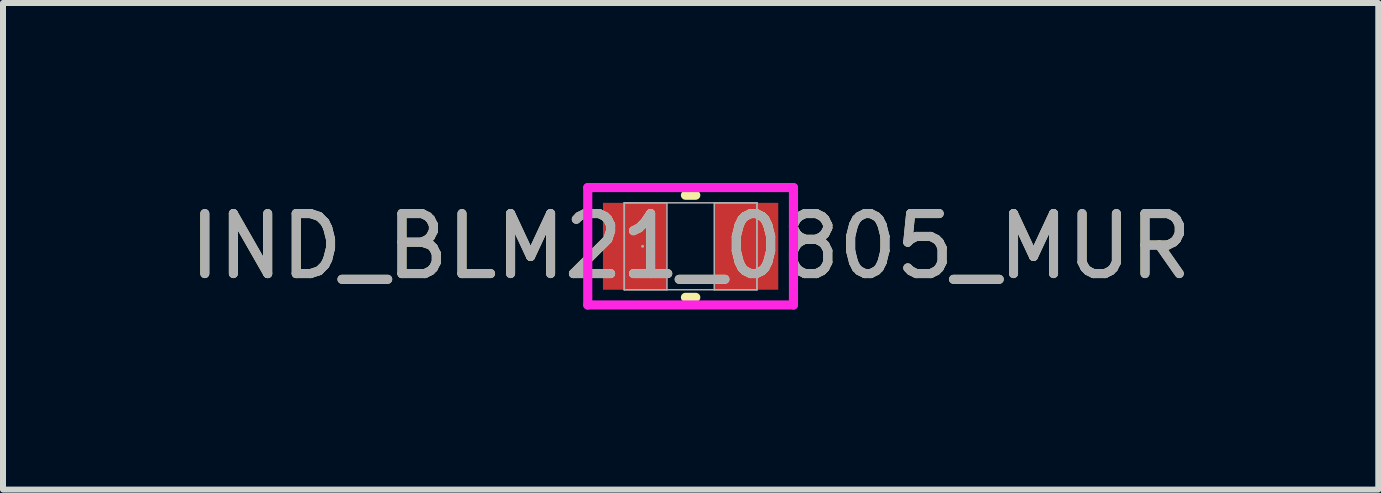
<source format=kicad_pcb>
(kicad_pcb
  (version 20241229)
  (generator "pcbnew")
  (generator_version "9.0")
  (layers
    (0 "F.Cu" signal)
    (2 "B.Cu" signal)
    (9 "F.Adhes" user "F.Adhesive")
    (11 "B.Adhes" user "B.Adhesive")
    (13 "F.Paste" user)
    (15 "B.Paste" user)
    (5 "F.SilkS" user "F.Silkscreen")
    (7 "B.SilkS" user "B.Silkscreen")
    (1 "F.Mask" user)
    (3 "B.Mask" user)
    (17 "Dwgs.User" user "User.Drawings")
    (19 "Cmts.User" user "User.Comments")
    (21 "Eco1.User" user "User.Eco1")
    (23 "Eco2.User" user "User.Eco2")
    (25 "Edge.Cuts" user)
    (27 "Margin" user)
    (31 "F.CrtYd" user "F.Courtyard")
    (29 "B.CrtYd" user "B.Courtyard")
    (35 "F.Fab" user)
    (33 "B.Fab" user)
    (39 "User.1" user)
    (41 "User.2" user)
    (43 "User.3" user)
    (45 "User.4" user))
  (footprint "IND_BLM21_0805_MUR"
    (layer "F.Cu")
    (at 8.458 1.054)
    (property "Reference" "IND_BLM21_0805_MUR" (at 0 0 0) (unlocked yes) (layer "F.SilkS") (effects (font (size 1 1) (thickness 0.15))))
    (attr smd)
    (fp_line (start -0.086 0.851) (end 0.086 0.851) (stroke (width 0.152) (type solid)) (layer "F.SilkS"))
    (fp_line (start 0.086 -0.851) (end -0.086 -0.851) (stroke (width 0.152) (type solid)) (layer "F.SilkS"))
    (fp_line (start -1.714 -0.978) (end 1.714 -0.978) (stroke (width 0.152) (type solid)) (layer "F.CrtYd"))
    (fp_line (start -1.714 0.978) (end -1.714 -0.978) (stroke (width 0.152) (type solid)) (layer "F.CrtYd"))
    (fp_line (start 1.714 -0.978) (end 1.714 0.978) (stroke (width 0.152) (type solid)) (layer "F.CrtYd"))
    (fp_line (start 1.714 0.978) (end -1.714 0.978) (stroke (width 0.152) (type solid)) (layer "F.CrtYd"))
    (fp_line (start -1.105 -0.724) (end -1.105 0.724) (stroke (width 0.025) (type solid)) (layer "F.Fab"))
    (fp_line (start -1.105 -0.724) (end -1.105 0.724) (stroke (width 0.025) (type solid)) (layer "F.Fab"))
    (fp_line (start -1.105 0.724) (end -0.394 0.724) (stroke (width 0.025) (type solid)) (layer "F.Fab"))
    (fp_line (start -1.105 0.724) (end 1.105 0.724) (stroke (width 0.025) (type solid)) (layer "F.Fab"))
    (fp_line (start -0.394 -0.724) (end -1.105 -0.724) (stroke (width 0.025) (type solid)) (layer "F.Fab"))
    (fp_line (start -0.394 0.724) (end -0.394 -0.724) (stroke (width 0.025) (type solid)) (layer "F.Fab"))
    (fp_line (start 0.394 -0.724) (end 0.394 0.724) (stroke (width 0.025) (type solid)) (layer "F.Fab"))
    (fp_line (start 0.394 0.724) (end 1.105 0.724) (stroke (width 0.025) (type solid)) (layer "F.Fab"))
    (fp_line (start 1.105 -0.724) (end -1.105 -0.724) (stroke (width 0.025) (type solid)) (layer "F.Fab"))
    (fp_line (start 1.105 -0.724) (end 0.394 -0.724) (stroke (width 0.025) (type solid)) (layer "F.Fab"))
    (fp_line (start 1.105 0.724) (end 1.105 -0.724) (stroke (width 0.025) (type solid)) (layer "F.Fab"))
    (fp_line (start 1.105 0.724) (end 1.105 -0.724) (stroke (width 0.025) (type solid)) (layer "F.Fab"))
    (fp_circle (center -0.8 0) (end -0.8 0) (stroke (width 0.025) (type solid)) (fill no) (layer "F.Fab"))
    (fp_text user "${REFERENCE}" (at 0 0 0) (unlocked yes) (layer "F.Fab") (effects (font (size 1 1) (thickness 0.15))))
    (pad "1" smd rect (at -0.927 0) (size 1.067 1.448) (layers "F.Cu" "F.Mask" "F.Paste"))
    (pad "2" smd rect (at 0.927 0) (size 1.067 1.448) (layers "F.Cu" "F.Mask" "F.Paste"))
    (zone (net_name "") (layer "F.Cu") (hatch full 0.508) (connect_pads) (min_thickness 0.254) (filled_areas_thickness no) (keepout (tracks not_allowed) (vias not_allowed) (pads allowed) (copperpour not_allowed) (footprints allowed)) (placement (enabled no)) (fill) (polygon (pts (xy 8.115 0.381) (xy 8.801 0.381) (xy 8.801 1.727) (xy 8.115 1.727)))))
  (gr_rect
    (start -3 -3)
    (end 19.917 5.108)
    (stroke (width 0.1) (type default))
    (fill no)
    (layer "Edge.Cuts")))
</source>
